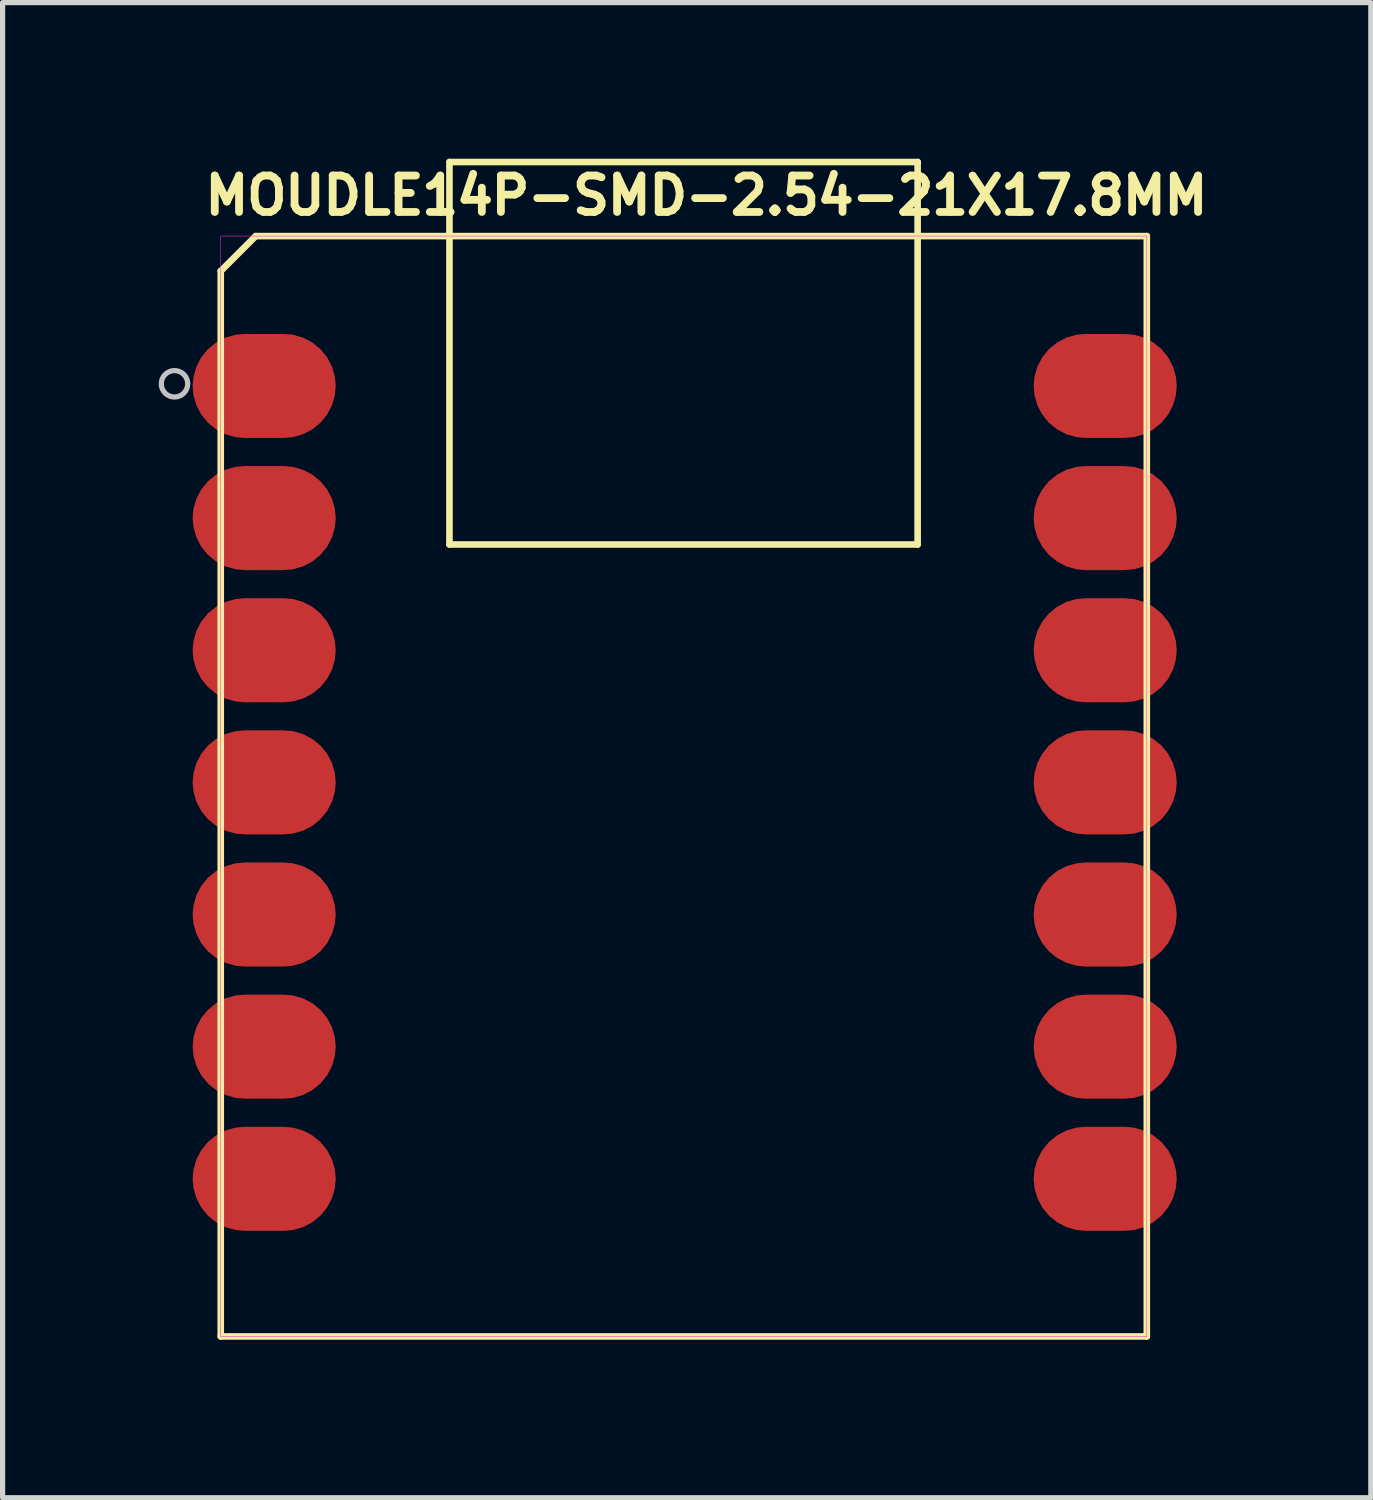
<source format=kicad_pcb>
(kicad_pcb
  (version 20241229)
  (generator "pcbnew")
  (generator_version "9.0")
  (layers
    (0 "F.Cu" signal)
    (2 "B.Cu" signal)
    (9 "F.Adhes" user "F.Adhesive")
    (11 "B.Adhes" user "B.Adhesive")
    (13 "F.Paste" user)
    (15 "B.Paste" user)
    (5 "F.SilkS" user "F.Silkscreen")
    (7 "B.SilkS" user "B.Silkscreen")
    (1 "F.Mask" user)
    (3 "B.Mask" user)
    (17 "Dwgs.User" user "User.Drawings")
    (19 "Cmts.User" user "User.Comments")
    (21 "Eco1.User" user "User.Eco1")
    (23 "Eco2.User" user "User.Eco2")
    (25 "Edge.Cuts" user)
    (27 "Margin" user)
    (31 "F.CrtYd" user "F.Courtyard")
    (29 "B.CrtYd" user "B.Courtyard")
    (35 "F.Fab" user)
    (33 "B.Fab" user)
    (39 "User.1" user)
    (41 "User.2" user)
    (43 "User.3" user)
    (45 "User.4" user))
  (footprint "MOUDLE14P-SMD-2.54-21X17.8MM"
    (layer "F.Cu")
    (at 1.193 22.488)
    (property "Reference" "MOUDLE14P-SMD-2.54-21X17.8MM" (at 9.335 -21.78 0) (layer "F.SilkS") (effects (font (size 0.7 0.7) (thickness 0.15))))
    (attr through_hole)
    (fp_line (start 0 -20.328) (end 0 0.15) (stroke (width 0.127) (type solid)) (layer "F.SilkS"))
    (fp_line (start 0 0.15) (end 17.8 0.15) (stroke (width 0.127) (type solid)) (layer "F.SilkS"))
    (fp_line (start 0.672 -21) (end 0 -20.328) (stroke (width 0.127) (type solid)) (layer "F.SilkS"))
    (fp_line (start 4.396 -15.072) (end 4.396 -22.425) (stroke (width 0.127) (type solid)) (layer "F.SilkS"))
    (fp_line (start 4.4 -22.424) (end 13.395 -22.424) (stroke (width 0.127) (type solid)) (layer "F.SilkS"))
    (fp_line (start 13.395 -22.424) (end 13.395 -15.072) (stroke (width 0.127) (type solid)) (layer "F.SilkS"))
    (fp_line (start 13.395 -15.072) (end 4.396 -15.072) (stroke (width 0.127) (type solid)) (layer "F.SilkS"))
    (fp_line (start 17.8 -21) (end 0.672 -21) (stroke (width 0.127) (type solid)) (layer "F.SilkS"))
    (fp_line (start 17.8 0.15) (end 17.8 -21) (stroke (width 0.127) (type solid)) (layer "F.SilkS"))
    (fp_circle (center -0.889 -18.161) (end -0.635 -18.161) (stroke (width 0.1) (type solid)) (fill no) (layer "Dwgs.User"))
    (fp_poly (pts (xy 0 -21) (xy 17.8 -21) (xy 17.8 0.155) (xy 0 0.155)) (stroke (width 0.01) (type solid)) (fill no) (layer "F.CrtYd"))
    (pad "1" smd roundrect (at 0.835 -18.12) (size 2.75 2) (layers "F.Cu" "F.Mask" "F.Paste") (roundrect_rratio 0.5))
    (pad "2" smd roundrect (at 0.835 -15.58) (size 2.75 2) (layers "F.Cu" "F.Mask" "F.Paste") (roundrect_rratio 0.5))
    (pad "3" smd roundrect (at 0.835 -13.04) (size 2.75 2) (layers "F.Cu" "F.Mask" "F.Paste") (roundrect_rratio 0.5))
    (pad "4" smd roundrect (at 0.835 -10.5) (size 2.75 2) (layers "F.Cu" "F.Mask" "F.Paste") (roundrect_rratio 0.5))
    (pad "5" smd roundrect (at 0.835 -7.96) (size 2.75 2) (layers "F.Cu" "F.Mask" "F.Paste") (roundrect_rratio 0.5))
    (pad "6" smd roundrect (at 0.835 -5.42) (size 2.75 2) (layers "F.Cu" "F.Mask" "F.Paste") (roundrect_rratio 0.5))
    (pad "7" smd roundrect (at 0.835 -2.88) (size 2.75 2) (layers "F.Cu" "F.Mask" "F.Paste") (roundrect_rratio 0.5))
    (pad "8" smd roundrect (at 17 -2.88) (size 2.75 2) (layers "F.Cu" "F.Mask" "F.Paste") (roundrect_rratio 0.5))
    (pad "9" smd roundrect (at 17 -5.42) (size 2.75 2) (layers "F.Cu" "F.Mask" "F.Paste") (roundrect_rratio 0.5))
    (pad "10" smd roundrect (at 17 -7.96) (size 2.75 2) (layers "F.Cu" "F.Mask" "F.Paste") (roundrect_rratio 0.5))
    (pad "11" smd roundrect (at 17 -10.5) (size 2.75 2) (layers "F.Cu" "F.Mask" "F.Paste") (roundrect_rratio 0.5))
    (pad "12" smd roundrect (at 17 -13.04) (size 2.75 2) (layers "F.Cu" "F.Mask" "F.Paste") (roundrect_rratio 0.5))
    (pad "13" smd roundrect (at 17 -15.58) (size 2.75 2) (layers "F.Cu" "F.Mask" "F.Paste") (roundrect_rratio 0.5))
    (pad "14" smd roundrect (at 17 -18.12) (size 2.75 2) (layers "F.Cu" "F.Mask" "F.Paste") (roundrect_rratio 0.5))
    (zone (net_name "") (layer "F.Cu") (hatch full 0.508) (connect_pads) (min_thickness 0.01) (filled_areas_thickness no) (keepout (tracks not_allowed) (vias not_allowed) (pads not_allowed) (copperpour not_allowed) (footprints allowed)) (placement (enabled no)) (fill) (polygon (pts (xy 4.178 8.952) (xy 7.098 8.952) (xy 7.098 12.857) (xy 4.178 12.857))))
    (zone (net_name "") (layer "F.Cu") (hatch full 0.508) (connect_pads) (min_thickness 0.01) (filled_areas_thickness no) (keepout (tracks not_allowed) (vias not_allowed) (pads not_allowed) (copperpour not_allowed) (footprints allowed)) (placement (enabled no)) (fill) (polygon (pts (xy 4.876 1.407) (xy 6.654 1.407) (xy 6.654 4.074) (xy 4.876 4.074))))
    (zone (net_name "") (layer "F.Cu") (hatch full 0.508) (connect_pads) (min_thickness 0.01) (filled_areas_thickness no) (keepout (tracks not_allowed) (vias not_allowed) (pads not_allowed) (copperpour not_allowed) (footprints allowed)) (placement (enabled no)) (fill) (polygon (pts (xy 4.876 5.471) (xy 6.654 5.471) (xy 6.654 8.137) (xy 4.876 8.137))))
    (zone (net_name "") (layer "F.Cu") (hatch full 0.508) (connect_pads) (min_thickness 0.01) (filled_areas_thickness no) (keepout (tracks not_allowed) (vias not_allowed) (pads not_allowed) (copperpour not_allowed) (footprints allowed)) (placement (enabled no)) (fill) (polygon (pts (xy 7.543 2.168) (xy 12.75 2.168) (xy 12.75 12.326) (xy 7.543 12.326))))
    (zone (net_name "") (layer "F.Cu") (hatch full 0.508) (connect_pads) (min_thickness 0.01) (filled_areas_thickness no) (keepout (tracks not_allowed) (vias not_allowed) (pads not_allowed) (copperpour not_allowed) (footprints allowed)) (placement (enabled no)) (fill) (polygon (pts (xy 9.185 12.329) (xy 13.249 12.329) (xy 13.249 15.938) (xy 9.185 15.938))))
    (zone (net_name "") (layer "F.Cu") (hatch full 0.508) (connect_pads) (min_thickness 0.01) (filled_areas_thickness no) (keepout (tracks not_allowed) (vias not_allowed) (pads not_allowed) (copperpour not_allowed) (footprints allowed)) (placement (enabled no)) (fill) (polygon (pts (xy 13.512 1.407) (xy 15.29 1.407) (xy 15.29 4.074) (xy 13.512 4.074))))
    (zone (net_name "") (layer "F.Cu") (hatch full 0.508) (connect_pads) (min_thickness 0.01) (filled_areas_thickness no) (keepout (tracks not_allowed) (vias not_allowed) (pads not_allowed) (copperpour not_allowed) (footprints allowed)) (placement (enabled no)) (fill) (polygon (pts (xy 13.512 5.471) (xy 15.29 5.471) (xy 15.29 8.137) (xy 13.512 8.137)))))
  (gr_rect
    (start -3 -3)
    (end 23.299 25.738)
    (stroke (width 0.1) (type default))
    (fill no)
    (layer "Edge.Cuts")))
</source>
